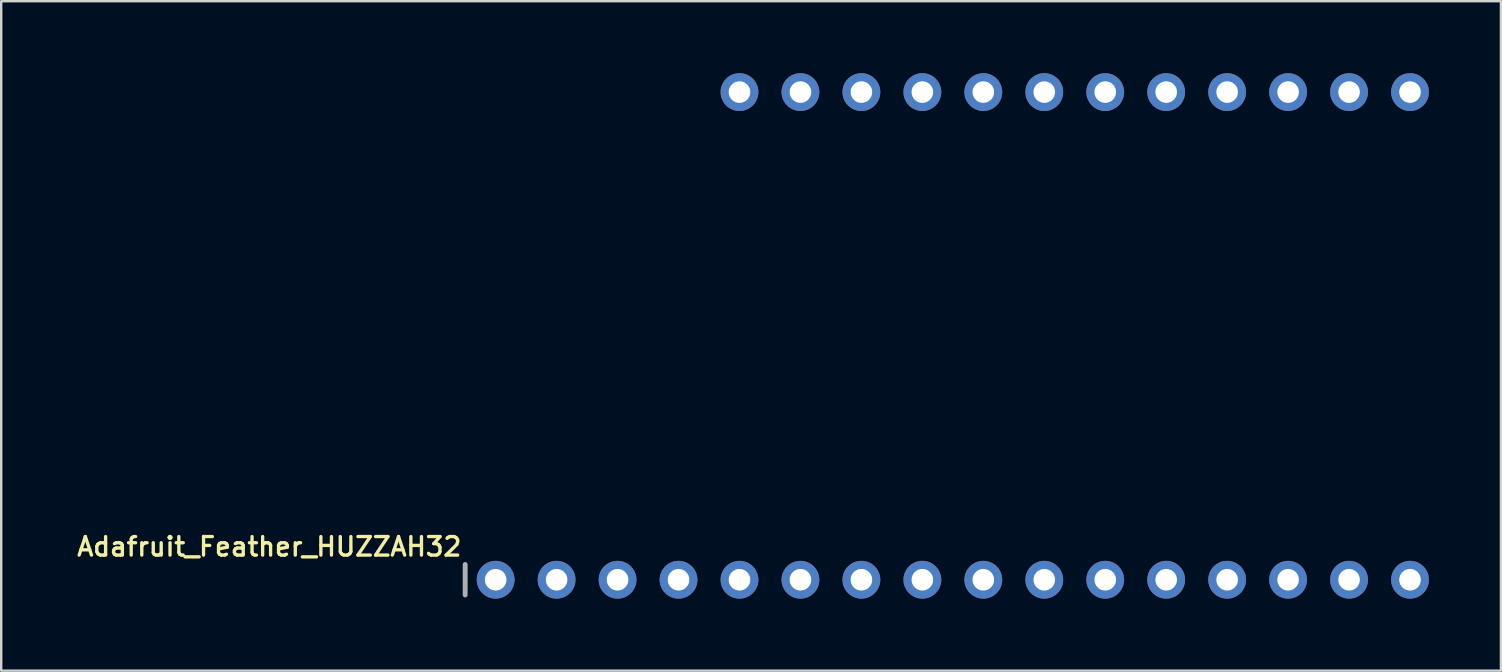
<source format=kicad_pcb>
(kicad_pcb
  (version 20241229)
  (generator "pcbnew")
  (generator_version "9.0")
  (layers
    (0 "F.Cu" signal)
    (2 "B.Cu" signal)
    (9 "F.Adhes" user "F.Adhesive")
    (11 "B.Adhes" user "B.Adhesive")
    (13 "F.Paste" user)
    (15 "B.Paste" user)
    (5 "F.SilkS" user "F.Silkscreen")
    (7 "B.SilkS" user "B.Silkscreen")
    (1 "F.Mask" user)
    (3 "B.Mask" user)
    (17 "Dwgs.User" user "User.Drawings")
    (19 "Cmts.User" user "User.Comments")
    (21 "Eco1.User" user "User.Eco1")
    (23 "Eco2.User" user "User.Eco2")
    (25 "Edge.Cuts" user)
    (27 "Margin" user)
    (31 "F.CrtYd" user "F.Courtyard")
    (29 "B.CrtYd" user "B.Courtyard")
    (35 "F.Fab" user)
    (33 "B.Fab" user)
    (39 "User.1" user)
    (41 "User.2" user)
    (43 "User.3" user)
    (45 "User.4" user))
  (footprint "Adafruit_Feather_HUZZAH32"
    (layer "F.Cu")
    (at 55.703 21.107)
    (property "Reference" "Adafruit_Feather_HUZZAH32" (at -39.446 -1.829 180) (layer "F.SilkS") (effects (font (size 0.772 0.772) (thickness 0.139)) (justify right top)))
    (attr through_hole)
    (fp_line (start -39.37 -0.635) (end -39.37 0.635) (stroke (width 0.203) (type solid)) (layer "F.Fab"))
    (pad "1" thru_hole circle (at -38.1 0 90) (size 1.575 1.575) (drill 0.9) (layers "*.Cu" "*.Mask"))
    (pad "2" thru_hole circle (at -35.56 0 90) (size 1.575 1.575) (drill 0.9) (layers "*.Cu" "*.Mask"))
    (pad "3" thru_hole circle (at -33.02 0 90) (size 1.575 1.575) (drill 0.9) (layers "*.Cu" "*.Mask"))
    (pad "4" thru_hole circle (at -30.48 0 90) (size 1.575 1.575) (drill 0.9) (layers "*.Cu" "*.Mask"))
    (pad "5" thru_hole circle (at -27.94 0 90) (size 1.575 1.575) (drill 0.9) (layers "*.Cu" "*.Mask"))
    (pad "6" thru_hole circle (at -25.4 0 90) (size 1.575 1.575) (drill 0.9) (layers "*.Cu" "*.Mask"))
    (pad "7" thru_hole circle (at -22.86 0 90) (size 1.575 1.575) (drill 0.9) (layers "*.Cu" "*.Mask"))
    (pad "8" thru_hole circle (at -20.32 0 90) (size 1.575 1.575) (drill 0.9) (layers "*.Cu" "*.Mask"))
    (pad "9" thru_hole circle (at -17.78 0 90) (size 1.575 1.575) (drill 0.9) (layers "*.Cu" "*.Mask"))
    (pad "10" thru_hole circle (at -15.24 0 90) (size 1.575 1.575) (drill 0.9) (layers "*.Cu" "*.Mask"))
    (pad "11" thru_hole circle (at -12.7 0 90) (size 1.575 1.575) (drill 0.9) (layers "*.Cu" "*.Mask"))
    (pad "12" thru_hole circle (at -10.16 0 90) (size 1.575 1.575) (drill 0.9) (layers "*.Cu" "*.Mask"))
    (pad "13" thru_hole circle (at -7.62 0 90) (size 1.575 1.575) (drill 0.9) (layers "*.Cu" "*.Mask"))
    (pad "14" thru_hole circle (at -5.08 0 90) (size 1.575 1.575) (drill 0.9) (layers "*.Cu" "*.Mask"))
    (pad "15" thru_hole circle (at -2.54 0 90) (size 1.575 1.575) (drill 0.9) (layers "*.Cu" "*.Mask"))
    (pad "16" thru_hole circle (at 0 0 90) (size 1.575 1.575) (drill 0.9) (layers "*.Cu" "*.Mask"))
    (pad "17" thru_hole circle (at 0 -20.32 90) (size 1.575 1.575) (drill 0.9) (layers "*.Cu" "*.Mask"))
    (pad "18" thru_hole circle (at -2.54 -20.32 90) (size 1.575 1.575) (drill 0.9) (layers "*.Cu" "*.Mask"))
    (pad "19" thru_hole circle (at -5.08 -20.32 90) (size 1.575 1.575) (drill 0.9) (layers "*.Cu" "*.Mask"))
    (pad "20" thru_hole circle (at -7.62 -20.32 90) (size 1.575 1.575) (drill 0.9) (layers "*.Cu" "*.Mask"))
    (pad "21" thru_hole circle (at -10.16 -20.32 90) (size 1.575 1.575) (drill 0.9) (layers "*.Cu" "*.Mask"))
    (pad "22" thru_hole circle (at -12.7 -20.32 90) (size 1.575 1.575) (drill 0.9) (layers "*.Cu" "*.Mask"))
    (pad "23" thru_hole circle (at -15.24 -20.32 90) (size 1.575 1.575) (drill 0.9) (layers "*.Cu" "*.Mask"))
    (pad "24" thru_hole circle (at -17.78 -20.32 90) (size 1.575 1.575) (drill 0.9) (layers "*.Cu" "*.Mask"))
    (pad "25" thru_hole circle (at -20.32 -20.32 90) (size 1.575 1.575) (drill 0.9) (layers "*.Cu" "*.Mask"))
    (pad "26" thru_hole circle (at -22.86 -20.32 90) (size 1.575 1.575) (drill 0.9) (layers "*.Cu" "*.Mask"))
    (pad "27" thru_hole circle (at -25.4 -20.32 90) (size 1.575 1.575) (drill 0.9) (layers "*.Cu" "*.Mask"))
    (pad "28" thru_hole circle (at -27.94 -20.32 90) (size 1.575 1.575) (drill 0.9) (layers "*.Cu" "*.Mask")))
  (gr_rect
    (start -3 -3)
    (end 59.491 24.895)
    (stroke (width 0.1) (type default))
    (fill no)
    (layer "Edge.Cuts")))
</source>
